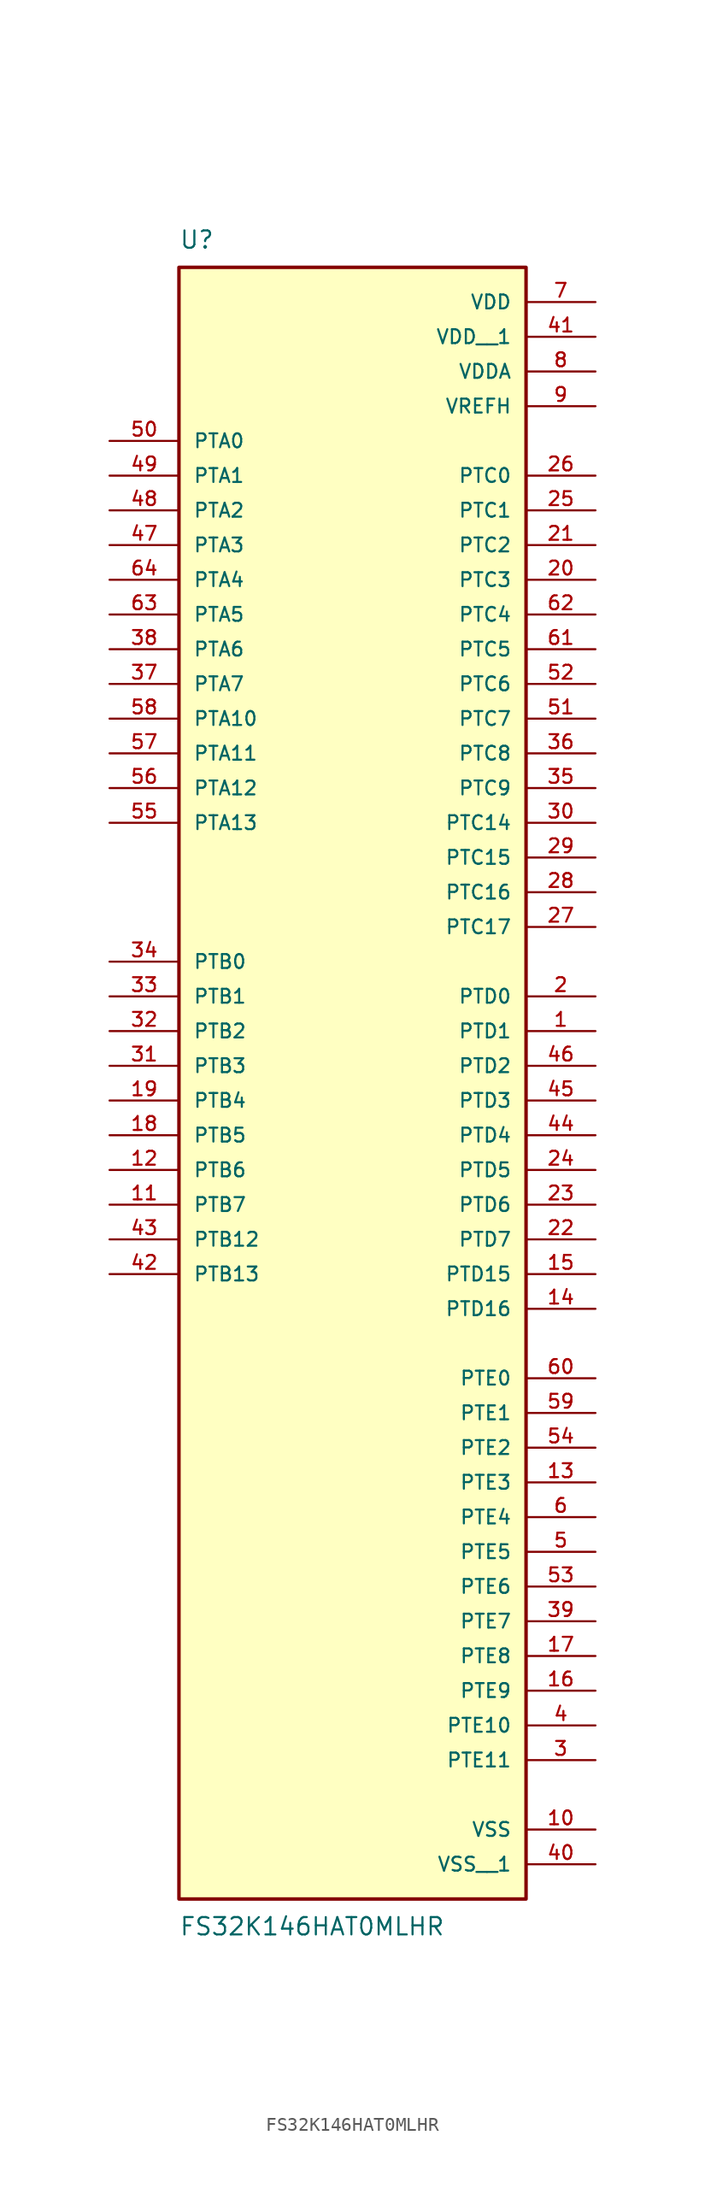
<source format=kicad_sym>
(kicad_symbol_lib
  (version 20211014)
  (generator kicad_symbol_editor)
  (symbol "FS32K146HAT0MLHR"
    (pin_names
      (offset 1.016))
    (property "Reference" "U"
      (at -12.7 57.15 0)
      (effects (font (size 1.27 1.27)) (justify bottom left)))
    (property "Value" "FS32K146HAT0MLHR"
      (at -12.7 -64.77 0)
      (effects (font (size 1.27 1.27)) (justify top left)))
    (symbol "FS32K146HAT0MLHR_0_0"
      (rectangle (start -12.7 -63.5) (end 12.7 55.88) (stroke (width 0.254)) (fill (type background)))
      (pin power_in line (at 17.78 53.34 180.0) (length 5.08) (name "VDD" (effects (font (size 1.016 1.016)))) (number "7" (effects (font (size 1.016 1.016)))))
      (pin power_in line (at 17.78 48.26 180.0) (length 5.08) (name "VDDA" (effects (font (size 1.016 1.016)))) (number "8" (effects (font (size 1.016 1.016)))))
      (pin power_in line (at 17.78 45.72 180.0) (length 5.08) (name "VREFH" (effects (font (size 1.016 1.016)))) (number "9" (effects (font (size 1.016 1.016)))))
      (pin bidirectional line (at -17.78 43.18 0) (length 5.08) (name "PTA0" (effects (font (size 1.016 1.016)))) (number "50" (effects (font (size 1.016 1.016)))))
      (pin bidirectional line (at -17.78 40.64 0) (length 5.08) (name "PTA1" (effects (font (size 1.016 1.016)))) (number "49" (effects (font (size 1.016 1.016)))))
      (pin bidirectional line (at -17.78 22.86 0) (length 5.08) (name "PTA10" (effects (font (size 1.016 1.016)))) (number "58" (effects (font (size 1.016 1.016)))))
      (pin bidirectional line (at -17.78 20.32 0) (length 5.08) (name "PTA11" (effects (font (size 1.016 1.016)))) (number "57" (effects (font (size 1.016 1.016)))))
      (pin bidirectional line (at -17.78 17.78 0) (length 5.08) (name "PTA12" (effects (font (size 1.016 1.016)))) (number "56" (effects (font (size 1.016 1.016)))))
      (pin bidirectional line (at -17.78 15.24 0) (length 5.08) (name "PTA13" (effects (font (size 1.016 1.016)))) (number "55" (effects (font (size 1.016 1.016)))))
      (pin bidirectional line (at -17.78 38.1 0) (length 5.08) (name "PTA2" (effects (font (size 1.016 1.016)))) (number "48" (effects (font (size 1.016 1.016)))))
      (pin bidirectional line (at -17.78 35.56 0) (length 5.08) (name "PTA3" (effects (font (size 1.016 1.016)))) (number "47" (effects (font (size 1.016 1.016)))))
      (pin bidirectional line (at -17.78 33.02 0) (length 5.08) (name "PTA4" (effects (font (size 1.016 1.016)))) (number "64" (effects (font (size 1.016 1.016)))))
      (pin bidirectional line (at -17.78 30.48 0) (length 5.08) (name "PTA5" (effects (font (size 1.016 1.016)))) (number "63" (effects (font (size 1.016 1.016)))))
      (pin bidirectional line (at -17.78 27.94 0) (length 5.08) (name "PTA6" (effects (font (size 1.016 1.016)))) (number "38" (effects (font (size 1.016 1.016)))))
      (pin bidirectional line (at -17.78 25.4 0) (length 5.08) (name "PTA7" (effects (font (size 1.016 1.016)))) (number "37" (effects (font (size 1.016 1.016)))))
      (pin bidirectional line (at -17.78 5.08 0) (length 5.08) (name "PTB0" (effects (font (size 1.016 1.016)))) (number "34" (effects (font (size 1.016 1.016)))))
      (pin bidirectional line (at -17.78 2.54 0) (length 5.08) (name "PTB1" (effects (font (size 1.016 1.016)))) (number "33" (effects (font (size 1.016 1.016)))))
      (pin bidirectional line (at -17.78 -15.24 0) (length 5.08) (name "PTB12" (effects (font (size 1.016 1.016)))) (number "43" (effects (font (size 1.016 1.016)))))
      (pin bidirectional line (at -17.78 -17.78 0) (length 5.08) (name "PTB13" (effects (font (size 1.016 1.016)))) (number "42" (effects (font (size 1.016 1.016)))))
      (pin bidirectional line (at -17.78 0.0 0) (length 5.08) (name "PTB2" (effects (font (size 1.016 1.016)))) (number "32" (effects (font (size 1.016 1.016)))))
      (pin bidirectional line (at -17.78 -2.54 0) (length 5.08) (name "PTB3" (effects (font (size 1.016 1.016)))) (number "31" (effects (font (size 1.016 1.016)))))
      (pin bidirectional line (at -17.78 -5.08 0) (length 5.08) (name "PTB4" (effects (font (size 1.016 1.016)))) (number "19" (effects (font (size 1.016 1.016)))))
      (pin bidirectional line (at -17.78 -7.62 0) (length 5.08) (name "PTB5" (effects (font (size 1.016 1.016)))) (number "18" (effects (font (size 1.016 1.016)))))
      (pin bidirectional line (at -17.78 -10.16 0) (length 5.08) (name "PTB6" (effects (font (size 1.016 1.016)))) (number "12" (effects (font (size 1.016 1.016)))))
      (pin bidirectional line (at -17.78 -12.7 0) (length 5.08) (name "PTB7" (effects (font (size 1.016 1.016)))) (number "11" (effects (font (size 1.016 1.016)))))
      (pin bidirectional line (at 17.78 40.64 180.0) (length 5.08) (name "PTC0" (effects (font (size 1.016 1.016)))) (number "26" (effects (font (size 1.016 1.016)))))
      (pin bidirectional line (at 17.78 38.1 180.0) (length 5.08) (name "PTC1" (effects (font (size 1.016 1.016)))) (number "25" (effects (font (size 1.016 1.016)))))
      (pin bidirectional line (at 17.78 15.24 180.0) (length 5.08) (name "PTC14" (effects (font (size 1.016 1.016)))) (number "30" (effects (font (size 1.016 1.016)))))
      (pin bidirectional line (at 17.78 12.7 180.0) (length 5.08) (name "PTC15" (effects (font (size 1.016 1.016)))) (number "29" (effects (font (size 1.016 1.016)))))
      (pin bidirectional line (at 17.78 10.16 180.0) (length 5.08) (name "PTC16" (effects (font (size 1.016 1.016)))) (number "28" (effects (font (size 1.016 1.016)))))
      (pin bidirectional line (at 17.78 7.62 180.0) (length 5.08) (name "PTC17" (effects (font (size 1.016 1.016)))) (number "27" (effects (font (size 1.016 1.016)))))
      (pin bidirectional line (at 17.78 35.56 180.0) (length 5.08) (name "PTC2" (effects (font (size 1.016 1.016)))) (number "21" (effects (font (size 1.016 1.016)))))
      (pin bidirectional line (at 17.78 33.02 180.0) (length 5.08) (name "PTC3" (effects (font (size 1.016 1.016)))) (number "20" (effects (font (size 1.016 1.016)))))
      (pin bidirectional line (at 17.78 30.48 180.0) (length 5.08) (name "PTC4" (effects (font (size 1.016 1.016)))) (number "62" (effects (font (size 1.016 1.016)))))
      (pin bidirectional line (at 17.78 27.94 180.0) (length 5.08) (name "PTC5" (effects (font (size 1.016 1.016)))) (number "61" (effects (font (size 1.016 1.016)))))
      (pin bidirectional line (at 17.78 25.4 180.0) (length 5.08) (name "PTC6" (effects (font (size 1.016 1.016)))) (number "52" (effects (font (size 1.016 1.016)))))
      (pin bidirectional line (at 17.78 22.86 180.0) (length 5.08) (name "PTC7" (effects (font (size 1.016 1.016)))) (number "51" (effects (font (size 1.016 1.016)))))
      (pin bidirectional line (at 17.78 20.32 180.0) (length 5.08) (name "PTC8" (effects (font (size 1.016 1.016)))) (number "36" (effects (font (size 1.016 1.016)))))
      (pin bidirectional line (at 17.78 17.78 180.0) (length 5.08) (name "PTC9" (effects (font (size 1.016 1.016)))) (number "35" (effects (font (size 1.016 1.016)))))
      (pin bidirectional line (at 17.78 2.54 180.0) (length 5.08) (name "PTD0" (effects (font (size 1.016 1.016)))) (number "2" (effects (font (size 1.016 1.016)))))
      (pin bidirectional line (at 17.78 0.0 180.0) (length 5.08) (name "PTD1" (effects (font (size 1.016 1.016)))) (number "1" (effects (font (size 1.016 1.016)))))
      (pin bidirectional line (at 17.78 -17.78 180.0) (length 5.08) (name "PTD15" (effects (font (size 1.016 1.016)))) (number "15" (effects (font (size 1.016 1.016)))))
      (pin bidirectional line (at 17.78 -20.32 180.0) (length 5.08) (name "PTD16" (effects (font (size 1.016 1.016)))) (number "14" (effects (font (size 1.016 1.016)))))
      (pin bidirectional line (at 17.78 -2.54 180.0) (length 5.08) (name "PTD2" (effects (font (size 1.016 1.016)))) (number "46" (effects (font (size 1.016 1.016)))))
      (pin bidirectional line (at 17.78 -5.08 180.0) (length 5.08) (name "PTD3" (effects (font (size 1.016 1.016)))) (number "45" (effects (font (size 1.016 1.016)))))
      (pin bidirectional line (at 17.78 -7.62 180.0) (length 5.08) (name "PTD4" (effects (font (size 1.016 1.016)))) (number "44" (effects (font (size 1.016 1.016)))))
      (pin bidirectional line (at 17.78 -10.16 180.0) (length 5.08) (name "PTD5" (effects (font (size 1.016 1.016)))) (number "24" (effects (font (size 1.016 1.016)))))
      (pin bidirectional line (at 17.78 -12.7 180.0) (length 5.08) (name "PTD6" (effects (font (size 1.016 1.016)))) (number "23" (effects (font (size 1.016 1.016)))))
      (pin bidirectional line (at 17.78 -15.24 180.0) (length 5.08) (name "PTD7" (effects (font (size 1.016 1.016)))) (number "22" (effects (font (size 1.016 1.016)))))
      (pin bidirectional line (at 17.78 -25.4 180.0) (length 5.08) (name "PTE0" (effects (font (size 1.016 1.016)))) (number "60" (effects (font (size 1.016 1.016)))))
      (pin bidirectional line (at 17.78 -27.94 180.0) (length 5.08) (name "PTE1" (effects (font (size 1.016 1.016)))) (number "59" (effects (font (size 1.016 1.016)))))
      (pin bidirectional line (at 17.78 -50.8 180.0) (length 5.08) (name "PTE10" (effects (font (size 1.016 1.016)))) (number "4" (effects (font (size 1.016 1.016)))))
      (pin bidirectional line (at 17.78 -53.34 180.0) (length 5.08) (name "PTE11" (effects (font (size 1.016 1.016)))) (number "3" (effects (font (size 1.016 1.016)))))
      (pin bidirectional line (at 17.78 -30.48 180.0) (length 5.08) (name "PTE2" (effects (font (size 1.016 1.016)))) (number "54" (effects (font (size 1.016 1.016)))))
      (pin bidirectional line (at 17.78 -33.02 180.0) (length 5.08) (name "PTE3" (effects (font (size 1.016 1.016)))) (number "13" (effects (font (size 1.016 1.016)))))
      (pin bidirectional line (at 17.78 -35.56 180.0) (length 5.08) (name "PTE4" (effects (font (size 1.016 1.016)))) (number "6" (effects (font (size 1.016 1.016)))))
      (pin bidirectional line (at 17.78 -38.1 180.0) (length 5.08) (name "PTE5" (effects (font (size 1.016 1.016)))) (number "5" (effects (font (size 1.016 1.016)))))
      (pin bidirectional line (at 17.78 -40.64 180.0) (length 5.08) (name "PTE6" (effects (font (size 1.016 1.016)))) (number "53" (effects (font (size 1.016 1.016)))))
      (pin bidirectional line (at 17.78 -43.18 180.0) (length 5.08) (name "PTE7" (effects (font (size 1.016 1.016)))) (number "39" (effects (font (size 1.016 1.016)))))
      (pin bidirectional line (at 17.78 -45.72 180.0) (length 5.08) (name "PTE8" (effects (font (size 1.016 1.016)))) (number "17" (effects (font (size 1.016 1.016)))))
      (pin bidirectional line (at 17.78 -48.26 180.0) (length 5.08) (name "PTE9" (effects (font (size 1.016 1.016)))) (number "16" (effects (font (size 1.016 1.016)))))
      (pin power_in line (at 17.78 -58.42 180.0) (length 5.08) (name "VSS" (effects (font (size 1.016 1.016)))) (number "10" (effects (font (size 1.016 1.016)))))
      (pin power_in line (at 17.78 50.8 180.0) (length 5.08) (name "VDD__1" (effects (font (size 1.016 1.016)))) (number "41" (effects (font (size 1.016 1.016)))))
      (pin power_in line (at 17.78 -60.96 180.0) (length 5.08) (name "VSS__1" (effects (font (size 1.016 1.016)))) (number "40" (effects (font (size 1.016 1.016))))))))
</source>
